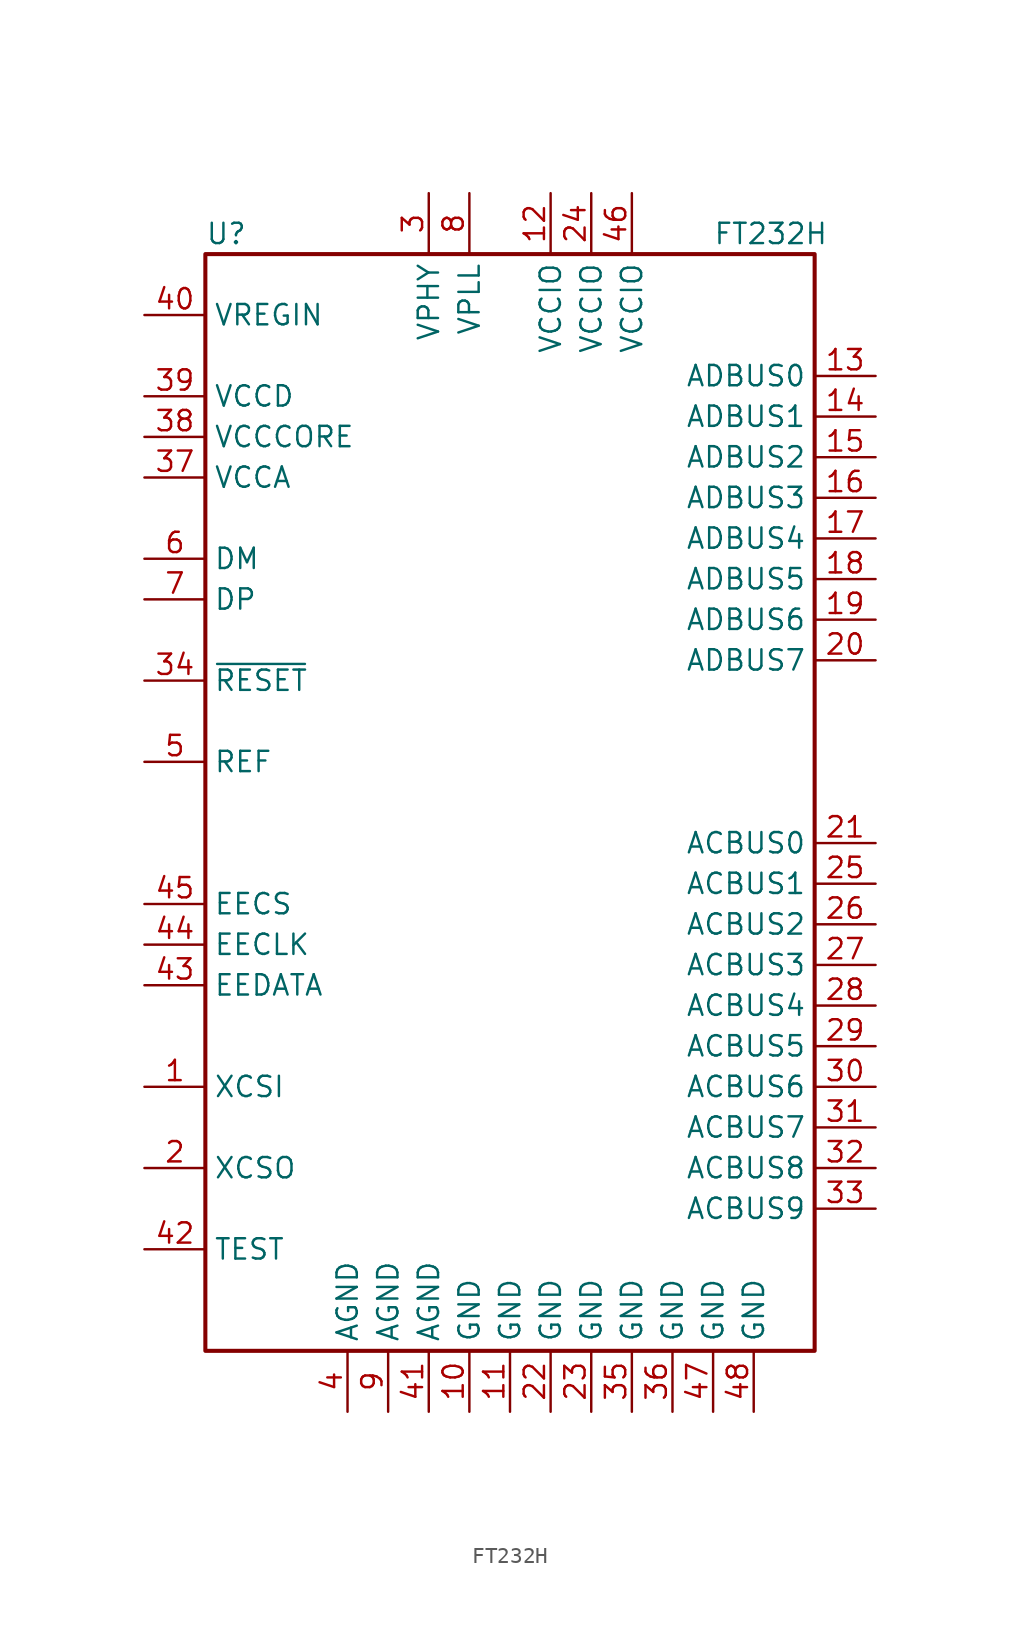
<source format=kicad_sym>
(kicad_symbol_lib
  (version 20211014)
  (generator kicad_symbol_editor)
  (symbol "FT232H"
    (property "Reference" "U"
      (at -19.05 35.56 0)
      (effects (font (size 1.27 1.27)) (justify left)))
    (property "Value" "FT232H"
      (at 12.7 35.56 0)
      (effects (font (size 1.27 1.27)) (justify left)))
    (symbol "FT232H_0_1"
      (rectangle (start -19.05 34.29) (end 19.05 -34.29) (stroke (width 0.254) (type default) (color 0 0 0 0)) (fill (type none))))
    (symbol "FT232H_1_1"
      (pin input line (at -22.86 -17.78 0) (length 3.81) (name "XCSI" (effects (font (size 1.27 1.27)))) (number "1" (effects (font (size 1.27 1.27)))))
      (pin power_in line (at -2.54 -38.1 90) (length 3.81) (name "GND" (effects (font (size 1.27 1.27)))) (number "10" (effects (font (size 1.27 1.27)))))
      (pin power_in line (at 0 -38.1 90) (length 3.81) (name "GND" (effects (font (size 1.27 1.27)))) (number "11" (effects (font (size 1.27 1.27)))))
      (pin power_in line (at 2.54 38.1 270) (length 3.81) (name "VCCIO" (effects (font (size 1.27 1.27)))) (number "12" (effects (font (size 1.27 1.27)))))
      (pin bidirectional line (at 22.86 26.67 180) (length 3.81) (name "ADBUS0" (effects (font (size 1.27 1.27)))) (number "13" (effects (font (size 1.27 1.27)))))
      (pin bidirectional line (at 22.86 24.13 180) (length 3.81) (name "ADBUS1" (effects (font (size 1.27 1.27)))) (number "14" (effects (font (size 1.27 1.27)))))
      (pin bidirectional line (at 22.86 21.59 180) (length 3.81) (name "ADBUS2" (effects (font (size 1.27 1.27)))) (number "15" (effects (font (size 1.27 1.27)))))
      (pin bidirectional line (at 22.86 19.05 180) (length 3.81) (name "ADBUS3" (effects (font (size 1.27 1.27)))) (number "16" (effects (font (size 1.27 1.27)))))
      (pin bidirectional line (at 22.86 16.51 180) (length 3.81) (name "ADBUS4" (effects (font (size 1.27 1.27)))) (number "17" (effects (font (size 1.27 1.27)))))
      (pin bidirectional line (at 22.86 13.97 180) (length 3.81) (name "ADBUS5" (effects (font (size 1.27 1.27)))) (number "18" (effects (font (size 1.27 1.27)))))
      (pin bidirectional line (at 22.86 11.43 180) (length 3.81) (name "ADBUS6" (effects (font (size 1.27 1.27)))) (number "19" (effects (font (size 1.27 1.27)))))
      (pin output line (at -22.86 -22.86 0) (length 3.81) (name "XCSO" (effects (font (size 1.27 1.27)))) (number "2" (effects (font (size 1.27 1.27)))))
      (pin bidirectional line (at 22.86 8.89 180) (length 3.81) (name "ADBUS7" (effects (font (size 1.27 1.27)))) (number "20" (effects (font (size 1.27 1.27)))))
      (pin bidirectional line (at 22.86 -2.54 180) (length 3.81) (name "ACBUS0" (effects (font (size 1.27 1.27)))) (number "21" (effects (font (size 1.27 1.27)))))
      (pin power_in line (at 2.54 -38.1 90) (length 3.81) (name "GND" (effects (font (size 1.27 1.27)))) (number "22" (effects (font (size 1.27 1.27)))))
      (pin power_in line (at 5.08 -38.1 90) (length 3.81) (name "GND" (effects (font (size 1.27 1.27)))) (number "23" (effects (font (size 1.27 1.27)))))
      (pin power_in line (at 5.08 38.1 270) (length 3.81) (name "VCCIO" (effects (font (size 1.27 1.27)))) (number "24" (effects (font (size 1.27 1.27)))))
      (pin bidirectional line (at 22.86 -5.08 180) (length 3.81) (name "ACBUS1" (effects (font (size 1.27 1.27)))) (number "25" (effects (font (size 1.27 1.27)))))
      (pin bidirectional line (at 22.86 -7.62 180) (length 3.81) (name "ACBUS2" (effects (font (size 1.27 1.27)))) (number "26" (effects (font (size 1.27 1.27)))))
      (pin bidirectional line (at 22.86 -10.16 180) (length 3.81) (name "ACBUS3" (effects (font (size 1.27 1.27)))) (number "27" (effects (font (size 1.27 1.27)))))
      (pin bidirectional line (at 22.86 -12.7 180) (length 3.81) (name "ACBUS4" (effects (font (size 1.27 1.27)))) (number "28" (effects (font (size 1.27 1.27)))))
      (pin bidirectional line (at 22.86 -15.24 180) (length 3.81) (name "ACBUS5" (effects (font (size 1.27 1.27)))) (number "29" (effects (font (size 1.27 1.27)))))
      (pin power_in line (at -5.08 38.1 270) (length 3.81) (name "VPHY" (effects (font (size 1.27 1.27)))) (number "3" (effects (font (size 1.27 1.27)))))
      (pin bidirectional line (at 22.86 -17.78 180) (length 3.81) (name "ACBUS6" (effects (font (size 1.27 1.27)))) (number "30" (effects (font (size 1.27 1.27)))))
      (pin bidirectional line (at 22.86 -20.32 180) (length 3.81) (name "ACBUS7" (effects (font (size 1.27 1.27)))) (number "31" (effects (font (size 1.27 1.27)))))
      (pin bidirectional line (at 22.86 -22.86 180) (length 3.81) (name "ACBUS8" (effects (font (size 1.27 1.27)))) (number "32" (effects (font (size 1.27 1.27)))))
      (pin bidirectional line (at 22.86 -25.4 180) (length 3.81) (name "ACBUS9" (effects (font (size 1.27 1.27)))) (number "33" (effects (font (size 1.27 1.27)))))
      (pin input line (at -22.86 7.62 0) (length 3.81) (name "~{RESET}" (effects (font (size 1.27 1.27)))) (number "34" (effects (font (size 1.27 1.27)))))
      (pin power_in line (at 7.62 -38.1 90) (length 3.81) (name "GND" (effects (font (size 1.27 1.27)))) (number "35" (effects (font (size 1.27 1.27)))))
      (pin power_in line (at 10.16 -38.1 90) (length 3.81) (name "GND" (effects (font (size 1.27 1.27)))) (number "36" (effects (font (size 1.27 1.27)))))
      (pin power_out line (at -22.86 20.32 0) (length 3.81) (name "VCCA" (effects (font (size 1.27 1.27)))) (number "37" (effects (font (size 1.27 1.27)))))
      (pin power_out line (at -22.86 22.86 0) (length 3.81) (name "VCCCORE" (effects (font (size 1.27 1.27)))) (number "38" (effects (font (size 1.27 1.27)))))
      (pin power_in line (at -22.86 25.4 0) (length 3.81) (name "VCCD" (effects (font (size 1.27 1.27)))) (number "39" (effects (font (size 1.27 1.27)))))
      (pin power_in line (at -10.16 -38.1 90) (length 3.81) (name "AGND" (effects (font (size 1.27 1.27)))) (number "4" (effects (font (size 1.27 1.27)))))
      (pin power_in line (at -22.86 30.48 0) (length 3.81) (name "VREGIN" (effects (font (size 1.27 1.27)))) (number "40" (effects (font (size 1.27 1.27)))))
      (pin power_in line (at -5.08 -38.1 90) (length 3.81) (name "AGND" (effects (font (size 1.27 1.27)))) (number "41" (effects (font (size 1.27 1.27)))))
      (pin input line (at -22.86 -27.94 0) (length 3.81) (name "TEST" (effects (font (size 1.27 1.27)))) (number "42" (effects (font (size 1.27 1.27)))))
      (pin bidirectional line (at -22.86 -11.43 0) (length 3.81) (name "EEDATA" (effects (font (size 1.27 1.27)))) (number "43" (effects (font (size 1.27 1.27)))))
      (pin input line (at -22.86 -8.89 0) (length 3.81) (name "EECLK" (effects (font (size 1.27 1.27)))) (number "44" (effects (font (size 1.27 1.27)))))
      (pin input line (at -22.86 -6.35 0) (length 3.81) (name "EECS" (effects (font (size 1.27 1.27)))) (number "45" (effects (font (size 1.27 1.27)))))
      (pin power_in line (at 7.62 38.1 270) (length 3.81) (name "VCCIO" (effects (font (size 1.27 1.27)))) (number "46" (effects (font (size 1.27 1.27)))))
      (pin power_in line (at 12.7 -38.1 90) (length 3.81) (name "GND" (effects (font (size 1.27 1.27)))) (number "47" (effects (font (size 1.27 1.27)))))
      (pin power_in line (at 15.24 -38.1 90) (length 3.81) (name "GND" (effects (font (size 1.27 1.27)))) (number "48" (effects (font (size 1.27 1.27)))))
      (pin input line (at -22.86 2.54 0) (length 3.81) (name "REF" (effects (font (size 1.27 1.27)))) (number "5" (effects (font (size 1.27 1.27)))))
      (pin bidirectional line (at -22.86 15.24 0) (length 3.81) (name "DM" (effects (font (size 1.27 1.27)))) (number "6" (effects (font (size 1.27 1.27)))))
      (pin bidirectional line (at -22.86 12.7 0) (length 3.81) (name "DP" (effects (font (size 1.27 1.27)))) (number "7" (effects (font (size 1.27 1.27)))))
      (pin power_in line (at -2.54 38.1 270) (length 3.81) (name "VPLL" (effects (font (size 1.27 1.27)))) (number "8" (effects (font (size 1.27 1.27)))))
      (pin power_in line (at -7.62 -38.1 90) (length 3.81) (name "AGND" (effects (font (size 1.27 1.27)))) (number "9" (effects (font (size 1.27 1.27))))))))
</source>
